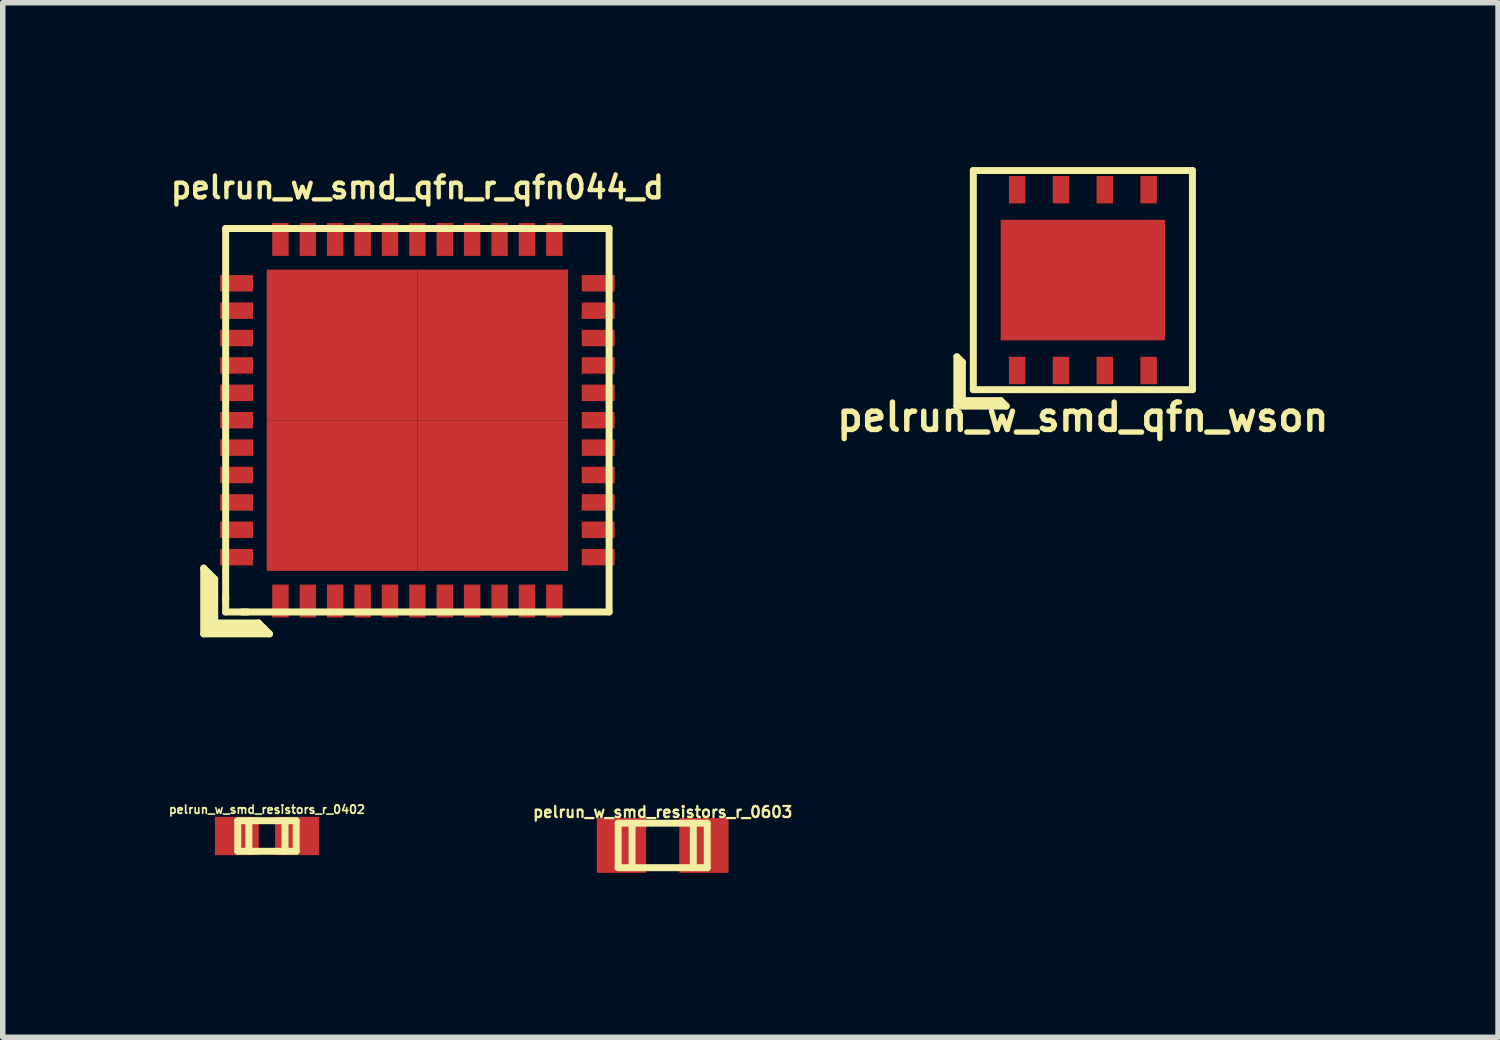
<source format=kicad_pcb>
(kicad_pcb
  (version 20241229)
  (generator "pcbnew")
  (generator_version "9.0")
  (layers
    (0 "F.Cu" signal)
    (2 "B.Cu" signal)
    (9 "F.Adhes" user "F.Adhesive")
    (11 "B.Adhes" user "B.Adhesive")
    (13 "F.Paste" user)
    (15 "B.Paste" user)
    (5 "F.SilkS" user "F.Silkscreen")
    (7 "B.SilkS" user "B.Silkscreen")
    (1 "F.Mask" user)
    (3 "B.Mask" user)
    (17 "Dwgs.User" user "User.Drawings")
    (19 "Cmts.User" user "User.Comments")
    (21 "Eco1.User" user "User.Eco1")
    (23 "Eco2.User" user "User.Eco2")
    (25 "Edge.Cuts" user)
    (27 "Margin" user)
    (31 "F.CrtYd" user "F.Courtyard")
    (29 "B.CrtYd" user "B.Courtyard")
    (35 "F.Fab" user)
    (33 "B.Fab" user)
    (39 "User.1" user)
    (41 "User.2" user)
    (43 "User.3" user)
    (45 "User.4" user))
  (footprint "pelrun_w_smd_qfn_r_qfn044_d"
    (layer "F.Cu")
    (at 4.569 4.621)
    (property "Reference" "pelrun_w_smd_qfn_r_qfn044_d" (at 0 -4.25 0) (layer "F.SilkS") (effects (font (size 0.399 0.399) (thickness 0.079))))
    (attr through_hole)
    (fp_line (start -3.9 2.7) (end -3.7 2.9) (stroke (width 0.127) (type solid)) (layer "F.SilkS"))
    (fp_line (start -3.9 3.9) (end -3.9 2.7) (stroke (width 0.127) (type solid)) (layer "F.SilkS"))
    (fp_line (start -3.8 2.8) (end -3.8 3.8) (stroke (width 0.127) (type solid)) (layer "F.SilkS"))
    (fp_line (start -3.8 3.8) (end -2.8 3.8) (stroke (width 0.127) (type solid)) (layer "F.SilkS"))
    (fp_line (start -3.7 2.9) (end -3.7 3.7) (stroke (width 0.127) (type solid)) (layer "F.SilkS"))
    (fp_line (start -3.7 3.7) (end -2.9 3.7) (stroke (width 0.127) (type solid)) (layer "F.SilkS"))
    (fp_line (start -3.5 -3.5) (end -3.5 3.5) (stroke (width 0.127) (type solid)) (layer "F.SilkS"))
    (fp_line (start -3.5 3.2) (end -3.5 3.3) (stroke (width 0.127) (type solid)) (layer "F.SilkS"))
    (fp_line (start -3.5 3.5) (end 3.5 3.5) (stroke (width 0.127) (type solid)) (layer "F.SilkS"))
    (fp_line (start -3.1 3.5) (end -3.2 3.5) (stroke (width 0.127) (type solid)) (layer "F.SilkS"))
    (fp_line (start -2.9 3.7) (end -2.7 3.9) (stroke (width 0.127) (type solid)) (layer "F.SilkS"))
    (fp_line (start -2.7 3.9) (end -3.9 3.9) (stroke (width 0.127) (type solid)) (layer "F.SilkS"))
    (fp_line (start 3.5 -3.5) (end -3.5 -3.5) (stroke (width 0.127) (type solid)) (layer "F.SilkS"))
    (fp_line (start 3.5 3.5) (end 3.5 -3.5) (stroke (width 0.127) (type solid)) (layer "F.SilkS"))
    (pad "1" smd rect (at -2.5 3.3) (size 0.3 0.6) (layers "F.Cu" "F.Mask" "F.Paste"))
    (pad "2" smd rect (at -2 3.3) (size 0.3 0.6) (layers "F.Cu" "F.Mask" "F.Paste"))
    (pad "3" smd rect (at -1.5 3.3) (size 0.3 0.6) (layers "F.Cu" "F.Mask" "F.Paste"))
    (pad "4" smd rect (at -1 3.3) (size 0.3 0.6) (layers "F.Cu" "F.Mask" "F.Paste"))
    (pad "5" smd rect (at -0.5 3.3) (size 0.3 0.6) (layers "F.Cu" "F.Mask" "F.Paste"))
    (pad "6" smd rect (at 0 3.3) (size 0.3 0.6) (layers "F.Cu" "F.Mask" "F.Paste"))
    (pad "7" smd rect (at 0.5 3.3) (size 0.3 0.6) (layers "F.Cu" "F.Mask" "F.Paste"))
    (pad "8" smd rect (at 1 3.3) (size 0.3 0.6) (layers "F.Cu" "F.Mask" "F.Paste"))
    (pad "9" smd rect (at 1.5 3.3) (size 0.3 0.6) (layers "F.Cu" "F.Mask" "F.Paste"))
    (pad "10" smd rect (at 2 3.3) (size 0.3 0.6) (layers "F.Cu" "F.Mask" "F.Paste"))
    (pad "11" smd rect (at 2.5 3.3) (size 0.3 0.6) (layers "F.Cu" "F.Mask" "F.Paste"))
    (pad "12" smd rect (at 3.3 2.5) (size 0.6 0.3) (layers "F.Cu" "F.Mask" "F.Paste"))
    (pad "13" smd rect (at 3.3 2) (size 0.6 0.3) (layers "F.Cu" "F.Mask" "F.Paste"))
    (pad "14" smd rect (at 3.3 1.5) (size 0.6 0.3) (layers "F.Cu" "F.Mask" "F.Paste"))
    (pad "15" smd rect (at 3.3 1) (size 0.6 0.3) (layers "F.Cu" "F.Mask" "F.Paste"))
    (pad "16" smd rect (at 3.3 0.5) (size 0.6 0.3) (layers "F.Cu" "F.Mask" "F.Paste"))
    (pad "17" smd rect (at 3.3 0) (size 0.6 0.3) (layers "F.Cu" "F.Mask" "F.Paste"))
    (pad "18" smd rect (at 3.3 -0.5) (size 0.6 0.3) (layers "F.Cu" "F.Mask" "F.Paste"))
    (pad "19" smd rect (at 3.3 -1) (size 0.6 0.3) (layers "F.Cu" "F.Mask" "F.Paste"))
    (pad "20" smd rect (at 3.3 -1.5) (size 0.6 0.3) (layers "F.Cu" "F.Mask" "F.Paste"))
    (pad "21" smd rect (at 3.3 -2) (size 0.6 0.3) (layers "F.Cu" "F.Mask" "F.Paste"))
    (pad "22" smd rect (at 3.3 -2.5) (size 0.6 0.3) (layers "F.Cu" "F.Mask" "F.Paste"))
    (pad "23" smd rect (at 2.5 -3.3) (size 0.3 0.6) (layers "F.Cu" "F.Mask" "F.Paste"))
    (pad "24" smd rect (at 2 -3.3) (size 0.3 0.6) (layers "F.Cu" "F.Mask" "F.Paste"))
    (pad "25" smd rect (at 1.5 -3.3) (size 0.3 0.6) (layers "F.Cu" "F.Mask" "F.Paste"))
    (pad "26" smd rect (at 1 -3.3) (size 0.3 0.6) (layers "F.Cu" "F.Mask" "F.Paste"))
    (pad "27" smd rect (at 0.5 -3.3) (size 0.3 0.6) (layers "F.Cu" "F.Mask" "F.Paste"))
    (pad "28" smd rect (at 0 -3.3) (size 0.3 0.6) (layers "F.Cu" "F.Mask" "F.Paste"))
    (pad "29" smd rect (at -0.5 -3.3) (size 0.3 0.6) (layers "F.Cu" "F.Mask" "F.Paste"))
    (pad "30" smd rect (at -1 -3.3) (size 0.3 0.6) (layers "F.Cu" "F.Mask" "F.Paste"))
    (pad "31" smd rect (at -1.5 -3.3) (size 0.3 0.6) (layers "F.Cu" "F.Mask" "F.Paste"))
    (pad "32" smd rect (at -2 -3.3) (size 0.3 0.6) (layers "F.Cu" "F.Mask" "F.Paste"))
    (pad "33" smd rect (at -2.5 -3.3) (size 0.3 0.6) (layers "F.Cu" "F.Mask" "F.Paste"))
    (pad "34" smd rect (at -3.3 -2.5) (size 0.6 0.3) (layers "F.Cu" "F.Mask" "F.Paste"))
    (pad "35" smd rect (at -3.3 -2) (size 0.6 0.3) (layers "F.Cu" "F.Mask" "F.Paste"))
    (pad "36" smd rect (at -3.3 -1.5) (size 0.6 0.3) (layers "F.Cu" "F.Mask" "F.Paste"))
    (pad "37" smd rect (at -3.3 -1) (size 0.6 0.3) (layers "F.Cu" "F.Mask" "F.Paste"))
    (pad "38" smd rect (at -3.3 -0.5) (size 0.6 0.3) (layers "F.Cu" "F.Mask" "F.Paste"))
    (pad "39" smd rect (at -3.3 0) (size 0.6 0.3) (layers "F.Cu" "F.Mask" "F.Paste"))
    (pad "40" smd rect (at -3.3 0.5) (size 0.6 0.3) (layers "F.Cu" "F.Mask" "F.Paste"))
    (pad "41" smd rect (at -3.3 1) (size 0.6 0.3) (layers "F.Cu" "F.Mask" "F.Paste"))
    (pad "42" smd rect (at -3.3 1.5) (size 0.6 0.3) (layers "F.Cu" "F.Mask" "F.Paste"))
    (pad "43" smd rect (at -3.3 2) (size 0.6 0.3) (layers "F.Cu" "F.Mask" "F.Paste"))
    (pad "44" smd rect (at -3.3 2.5) (size 0.6 0.3) (layers "F.Cu" "F.Mask" "F.Paste"))
    (pad "45" smd rect (at -1.375 -1.375) (size 2.75 2.75) (layers "F.Cu" "F.Mask" "F.Paste"))
    (pad "45" smd rect (at -1.375 1.375) (size 2.75 2.75) (layers "F.Cu" "F.Mask" "F.Paste"))
    (pad "45" smd rect (at 1.375 -1.375) (size 2.75 2.75) (layers "F.Cu" "F.Mask" "F.Paste"))
    (pad "45" smd rect (at 1.375 1.375) (size 2.75 2.75) (layers "F.Cu" "F.Mask" "F.Paste")))
  (footprint "pelrun_w_smd_resistors_r_0603"
    (layer "F.Cu")
    (at 9.047 12.383)
    (property "Reference" "pelrun_w_smd_resistors_r_0603" (at 0 -0.61 0) (layer "F.SilkS") (effects (font (size 0.201 0.201) (thickness 0.041))))
    (attr through_hole)
    (fp_line (start -0.813 -0.406) (end 0.813 -0.406) (stroke (width 0.127) (type solid)) (layer "F.SilkS"))
    (fp_line (start -0.813 0.406) (end -0.813 -0.406) (stroke (width 0.127) (type solid)) (layer "F.SilkS"))
    (fp_line (start -0.559 -0.381) (end -0.559 0.406) (stroke (width 0.127) (type solid)) (layer "F.SilkS"))
    (fp_line (start 0.559 0.406) (end 0.559 -0.406) (stroke (width 0.127) (type solid)) (layer "F.SilkS"))
    (fp_line (start 0.813 -0.406) (end 0.813 0.406) (stroke (width 0.127) (type solid)) (layer "F.SilkS"))
    (fp_line (start 0.813 0.406) (end -0.813 0.406) (stroke (width 0.127) (type solid)) (layer "F.SilkS"))
    (pad "1" smd rect (at 0.752 0) (size 0.899 1.001) (layers "F.Cu" "F.Mask" "F.Paste"))
    (pad "2" smd rect (at -0.752 0) (size 0.899 1.001) (layers "F.Cu" "F.Mask" "F.Paste")))
  (footprint "pelrun_w_smd_qfn_wson"
    (layer "F.Cu")
    (at 16.717 2.063)
    (property "Reference" "pelrun_w_smd_qfn_wson" (at 0 2.5 0) (layer "F.SilkS") (effects (font (size 0.5 0.5) (thickness 0.099))))
    (attr through_hole)
    (fp_line (start -2.3 1.4) (end -2.2 1.5) (stroke (width 0.127) (type solid)) (layer "F.SilkS"))
    (fp_line (start -2.3 2.3) (end -2.3 1.4) (stroke (width 0.127) (type solid)) (layer "F.SilkS"))
    (fp_line (start -2.2 1.5) (end -2.2 2.2) (stroke (width 0.127) (type solid)) (layer "F.SilkS"))
    (fp_line (start -2.2 2.2) (end -1.5 2.2) (stroke (width 0.127) (type solid)) (layer "F.SilkS"))
    (fp_line (start -2 -2) (end 2 -2) (stroke (width 0.127) (type solid)) (layer "F.SilkS"))
    (fp_line (start -2 2) (end -2 -2) (stroke (width 0.127) (type solid)) (layer "F.SilkS"))
    (fp_line (start -1.5 2.2) (end -1.4 2.3) (stroke (width 0.127) (type solid)) (layer "F.SilkS"))
    (fp_line (start -1.4 2.3) (end -2.3 2.3) (stroke (width 0.127) (type solid)) (layer "F.SilkS"))
    (fp_line (start 2 -2) (end 2 2) (stroke (width 0.127) (type solid)) (layer "F.SilkS"))
    (fp_line (start 2 2) (end -2 2) (stroke (width 0.127) (type solid)) (layer "F.SilkS"))
    (pad "1" smd rect (at -1.2 1.65) (size 0.3 0.5) (layers "F.Cu" "F.Mask" "F.Paste"))
    (pad "2" smd rect (at -0.4 1.65) (size 0.3 0.5) (layers "F.Cu" "F.Mask" "F.Paste"))
    (pad "3" smd rect (at 0.4 1.65) (size 0.3 0.5) (layers "F.Cu" "F.Mask" "F.Paste"))
    (pad "4" smd rect (at 1.2 1.65) (size 0.3 0.5) (layers "F.Cu" "F.Mask" "F.Paste"))
    (pad "5" smd rect (at 1.2 -1.65) (size 0.3 0.5) (layers "F.Cu" "F.Mask" "F.Paste"))
    (pad "6" smd rect (at 0.4 -1.65) (size 0.3 0.5) (layers "F.Cu" "F.Mask" "F.Paste"))
    (pad "7" smd rect (at -0.4 -1.65) (size 0.3 0.5) (layers "F.Cu" "F.Mask" "F.Paste"))
    (pad "8" smd rect (at -1.2 -1.65) (size 0.3 0.5) (layers "F.Cu" "F.Mask" "F.Paste"))
    (pad "9" smd rect (at 0 0) (size 3 2.2) (layers "F.Cu" "F.Mask" "F.Paste")))
  (footprint "pelrun_w_smd_resistors_r_0402"
    (layer "F.Cu")
    (at 1.823 12.21)
    (property "Reference" "pelrun_w_smd_resistors_r_0402" (at 0 -0.483 0) (layer "F.SilkS") (effects (font (size 0.152 0.152) (thickness 0.03))))
    (attr through_hole)
    (fp_line (start -0.533 -0.279) (end -0.533 0.279) (stroke (width 0.127) (type solid)) (layer "F.SilkS"))
    (fp_line (start -0.533 0.279) (end 0.533 0.279) (stroke (width 0.127) (type solid)) (layer "F.SilkS"))
    (fp_line (start -0.33 -0.279) (end -0.33 0.279) (stroke (width 0.127) (type solid)) (layer "F.SilkS"))
    (fp_line (start 0.33 -0.279) (end 0.33 0.279) (stroke (width 0.127) (type solid)) (layer "F.SilkS"))
    (fp_line (start 0.533 -0.279) (end -0.533 -0.279) (stroke (width 0.127) (type solid)) (layer "F.SilkS"))
    (fp_line (start 0.533 0.279) (end 0.533 -0.279) (stroke (width 0.127) (type solid)) (layer "F.SilkS"))
    (pad "1" smd rect (at 0.549 0) (size 0.8 0.699) (layers "F.Cu" "F.Mask" "F.Paste"))
    (pad "2" smd rect (at -0.549 0) (size 0.8 0.699) (layers "F.Cu" "F.Mask" "F.Paste")))
  (gr_rect
    (start -3 -3)
    (end 24.295 15.884)
    (stroke (width 0.1) (type default))
    (fill no)
    (layer "Edge.Cuts")))
</source>
